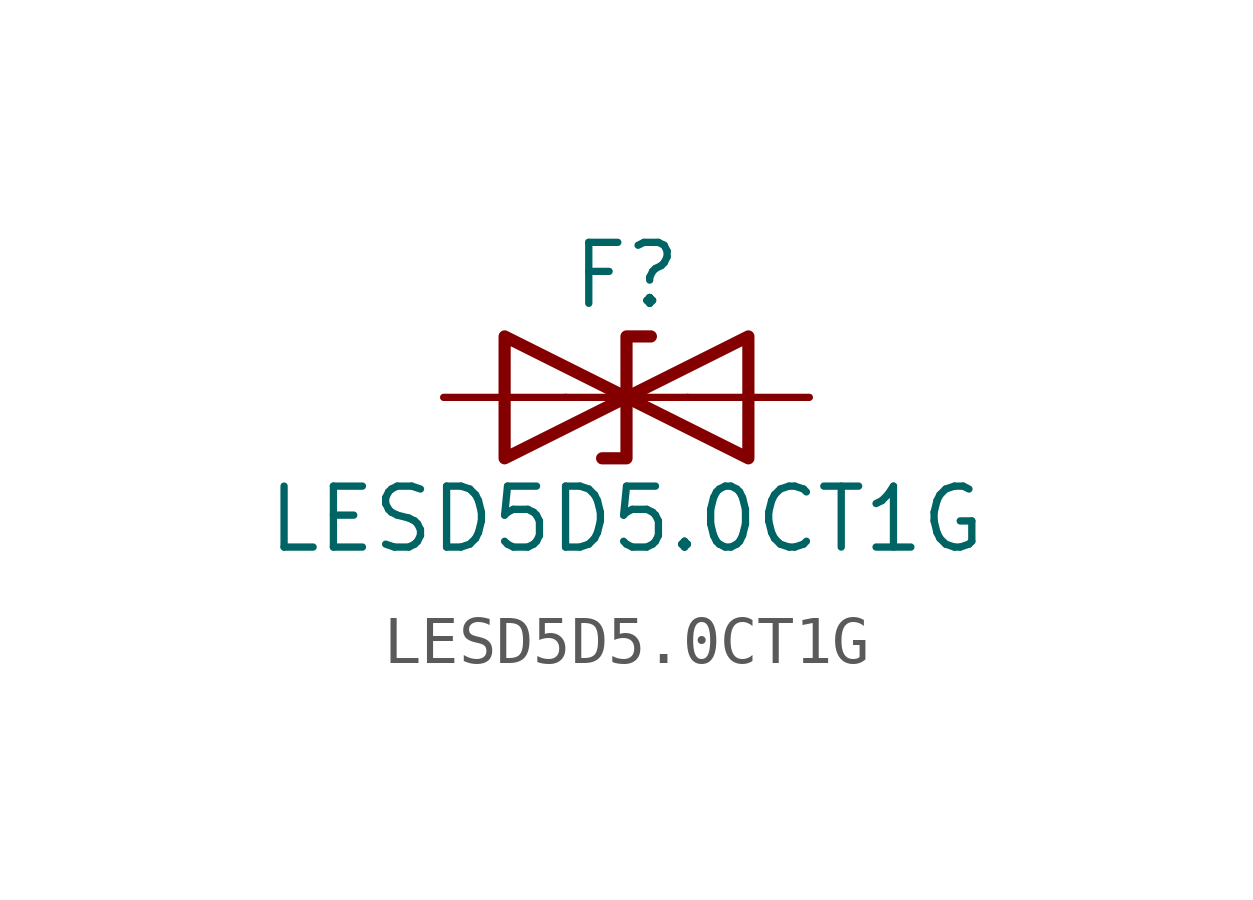
<source format=kicad_sym>
(kicad_symbol_lib
  (version 20220914)
  (generator kicad_db_lib)
  (symbol "LESD5D5.0CT1G"
    (pin_numbers hide)
    (pin_names
      (offset 1.016) hide)
    (property "Reference" "F"
      (at 0 2.54 0)
      (effects (font (size 1.27 1.27))))
    (property "Value" "LESD5D5.0CT1G"
      (at 0 -2.54 0)
      (effects (font (size 1.27 1.27))))
    (symbol "LESD5D5.0CT1G_0_1"
      (polyline (pts (xy 1.27 0) (xy -1.27 0)) (stroke (width 0) (type default)) (fill (type none)))
      (polyline (pts (xy 0.508 1.27) (xy 0 1.27) (xy 0 -1.27) (xy -0.508 -1.27)) (stroke (width 0.254) (type default)) (fill (type none)))
      (polyline (pts (xy -2.54 1.27) (xy -2.54 -1.27) (xy 2.54 1.27) (xy 2.54 -1.27) (xy -2.54 1.27)) (stroke (width 0.254) (type default)) (fill (type none))))
    (symbol "LESD5D5.0CT1G_1_1"
      (pin passive line (at -3.81 0 0) (length 2.54) (name "A1" (effects (font (size 1.27 1.27)))) (number "1" (effects (font (size 1.27 1.27)))))
      (pin passive line (at 3.81 0 180) (length 2.54) (name "A2" (effects (font (size 1.27 1.27)))) (number "2" (effects (font (size 1.27 1.27))))))))
</source>
